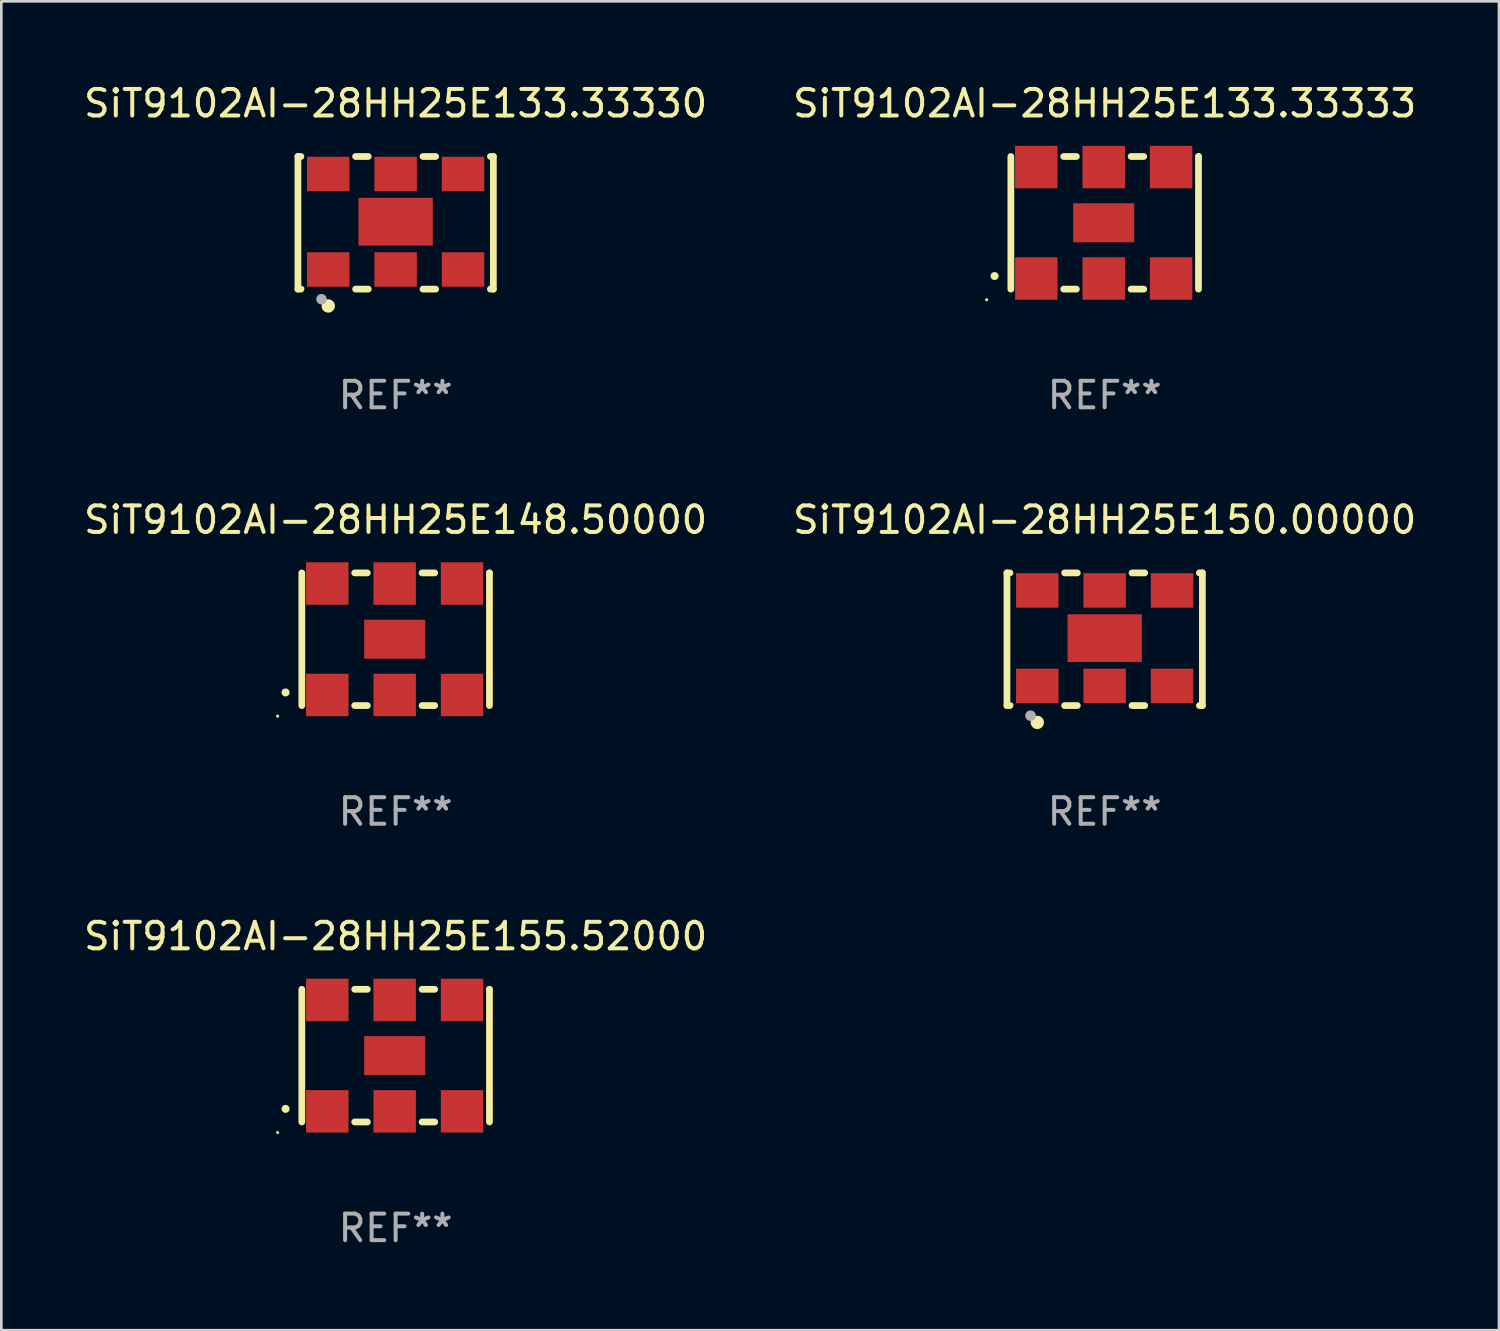
<source format=kicad_pcb>
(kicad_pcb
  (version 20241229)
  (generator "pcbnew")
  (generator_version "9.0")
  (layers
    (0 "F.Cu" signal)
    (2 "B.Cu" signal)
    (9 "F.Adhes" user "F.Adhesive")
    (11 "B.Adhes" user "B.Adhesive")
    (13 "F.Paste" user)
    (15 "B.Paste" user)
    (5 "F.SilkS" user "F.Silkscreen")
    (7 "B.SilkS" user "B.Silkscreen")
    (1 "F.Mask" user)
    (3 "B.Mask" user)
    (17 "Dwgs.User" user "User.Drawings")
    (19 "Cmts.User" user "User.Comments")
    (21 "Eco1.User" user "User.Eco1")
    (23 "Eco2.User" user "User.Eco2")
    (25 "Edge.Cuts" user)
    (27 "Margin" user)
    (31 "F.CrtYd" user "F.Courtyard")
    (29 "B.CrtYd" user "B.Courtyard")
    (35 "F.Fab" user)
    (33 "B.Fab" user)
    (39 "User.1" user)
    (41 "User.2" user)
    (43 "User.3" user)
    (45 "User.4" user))
  (footprint "SiT9102AI-28HH25E150.00000"
    (layer "F.Cu")
    (at 38.589 21.045)
    (property "Reference" "SiT9102AI-28HH25E150.00000" (at 0 -4.5 0) (layer "F.SilkS") (effects (font (size 1 1) (thickness 0.15))))
    (attr through_hole)
    (fp_line (start -3.683 -2.5) (end -3.571 -2.5) (stroke (width 0.254) (type solid)) (layer "F.SilkS"))
    (fp_line (start -3.683 2.5) (end -3.683 -2.5) (stroke (width 0.254) (type solid)) (layer "F.SilkS"))
    (fp_line (start -3.683 2.5) (end -3.571 2.5) (stroke (width 0.254) (type solid)) (layer "F.SilkS"))
    (fp_line (start -1.509 -2.5) (end -1.031 -2.5) (stroke (width 0.254) (type solid)) (layer "F.SilkS"))
    (fp_line (start -1.509 2.5) (end -1.031 2.5) (stroke (width 0.254) (type solid)) (layer "F.SilkS"))
    (fp_line (start 1.031 -2.5) (end 1.509 -2.5) (stroke (width 0.254) (type solid)) (layer "F.SilkS"))
    (fp_line (start 1.031 2.5) (end 1.509 2.5) (stroke (width 0.254) (type solid)) (layer "F.SilkS"))
    (fp_line (start 3.571 -2.5) (end 3.683 -2.5) (stroke (width 0.254) (type solid)) (layer "F.SilkS"))
    (fp_line (start 3.571 2.5) (end 3.683 2.5) (stroke (width 0.254) (type solid)) (layer "F.SilkS"))
    (fp_line (start 3.683 2.5) (end 3.683 -2.5) (stroke (width 0.254) (type solid)) (layer "F.SilkS"))
    (fp_circle (center -3.5 2.46) (end -3.47 2.46) (stroke (width 0.06) (type solid)) (fill no) (layer "F.SilkS"))
    (fp_circle (center -2.54 3.135) (end -2.413 3.135) (stroke (width 0.254) (type solid)) (fill no) (layer "F.SilkS"))
    (fp_circle (center -2.794 2.881) (end -2.694 2.881) (stroke (width 0.2) (type solid)) (fill no) (layer "F.Fab"))
    (fp_text user "REF**" (at 0 6.5 0) (layer "F.Fab") (effects (font (size 1 1) (thickness 0.15))))
    (pad "1" smd rect (at -2.54 1.76) (size 1.6 1.3) (layers "F.Cu" "F.Mask" "F.Paste"))
    (pad "2" smd rect (at 0 1.76) (size 1.6 1.3) (layers "F.Cu" "F.Mask" "F.Paste"))
    (pad "3" smd rect (at 2.54 1.76) (size 1.6 1.3) (layers "F.Cu" "F.Mask" "F.Paste"))
    (pad "4" smd rect (at 2.54 -1.84) (size 1.6 1.3) (layers "F.Cu" "F.Mask" "F.Paste"))
    (pad "5" smd rect (at 0 -1.84) (size 1.6 1.3) (layers "F.Cu" "F.Mask" "F.Paste"))
    (pad "6" smd rect (at -2.54 -1.84) (size 1.6 1.3) (layers "F.Cu" "F.Mask" "F.Paste"))
    (pad "7" smd rect (at 0 -0.04) (size 2.8 1.8) (layers "F.Cu" "F.Mask" "F.Paste")))
  (footprint "SiT9102AI-28HH25E133.33333"
    (layer "F.Cu")
    (at 38.589 5.348)
    (property "Reference" "SiT9102AI-28HH25E133.33333" (at 0 -4.5 0) (layer "F.SilkS") (effects (font (size 1 1) (thickness 0.15))))
    (attr through_hole)
    (fp_line (start -3.536 -2.5) (end -3.536 2.5) (stroke (width 0.254) (type solid)) (layer "F.SilkS"))
    (fp_line (start -1.544 2.5) (end -1.067 2.5) (stroke (width 0.254) (type solid)) (layer "F.SilkS"))
    (fp_line (start -1.067 -2.5) (end -1.544 -2.5) (stroke (width 0.254) (type solid)) (layer "F.SilkS"))
    (fp_line (start 0.996 2.5) (end 1.473 2.5) (stroke (width 0.254) (type solid)) (layer "F.SilkS"))
    (fp_line (start 1.473 -2.5) (end 0.996 -2.5) (stroke (width 0.254) (type solid)) (layer "F.SilkS"))
    (fp_line (start 3.536 -2.5) (end 3.536 -2.5) (stroke (width 0.254) (type solid)) (layer "F.SilkS"))
    (fp_line (start 3.536 2.5) (end 3.536 -2.5) (stroke (width 0.254) (type solid)) (layer "F.SilkS"))
    (fp_arc (start -4.150432 2.006604) (mid -4.149162 2.006599) (end -4.147892 2.006604) (stroke (width 0.3) (type solid)) (layer "F.SilkS"))
    (fp_circle (center -4.449 2.9) (end -4.419 2.9) (stroke (width 0.06) (type solid)) (fill no) (layer "F.SilkS"))
    (fp_text user "REF**" (at 0 6.5 0) (layer "F.Fab") (effects (font (size 1 1) (thickness 0.15))))
    (pad "1" smd rect (at -2.576 2.1) (size 1.6 1.6) (layers "F.Cu" "F.Mask" "F.Paste"))
    (pad "2" smd rect (at -0.036 2.1) (size 1.6 1.6) (layers "F.Cu" "F.Mask" "F.Paste"))
    (pad "3" smd rect (at 2.504 2.1) (size 1.6 1.6) (layers "F.Cu" "F.Mask" "F.Paste"))
    (pad "4" smd rect (at 2.504 -2.1) (size 1.6 1.6) (layers "F.Cu" "F.Mask" "F.Paste"))
    (pad "5" smd rect (at -0.036 -2.1) (size 1.6 1.6) (layers "F.Cu" "F.Mask" "F.Paste"))
    (pad "6" smd rect (at -2.576 -2.1) (size 1.6 1.6) (layers "F.Cu" "F.Mask" "F.Paste"))
    (pad "7" smd rect (at -0.036 0) (size 2.3 1.47) (layers "F.Cu" "F.Mask" "F.Paste")))
  (footprint "SiT9102AI-28HH25E133.33330"
    (layer "F.Cu")
    (at 11.863 5.348)
    (property "Reference" "SiT9102AI-28HH25E133.33330" (at 0 -4.5 0) (layer "F.SilkS") (effects (font (size 1 1) (thickness 0.15))))
    (attr through_hole)
    (fp_line (start -3.683 -2.5) (end -3.571 -2.5) (stroke (width 0.254) (type solid)) (layer "F.SilkS"))
    (fp_line (start -3.683 2.5) (end -3.683 -2.5) (stroke (width 0.254) (type solid)) (layer "F.SilkS"))
    (fp_line (start -3.683 2.5) (end -3.571 2.5) (stroke (width 0.254) (type solid)) (layer "F.SilkS"))
    (fp_line (start -1.509 -2.5) (end -1.031 -2.5) (stroke (width 0.254) (type solid)) (layer "F.SilkS"))
    (fp_line (start -1.509 2.5) (end -1.031 2.5) (stroke (width 0.254) (type solid)) (layer "F.SilkS"))
    (fp_line (start 1.031 -2.5) (end 1.509 -2.5) (stroke (width 0.254) (type solid)) (layer "F.SilkS"))
    (fp_line (start 1.031 2.5) (end 1.509 2.5) (stroke (width 0.254) (type solid)) (layer "F.SilkS"))
    (fp_line (start 3.571 -2.5) (end 3.683 -2.5) (stroke (width 0.254) (type solid)) (layer "F.SilkS"))
    (fp_line (start 3.571 2.5) (end 3.683 2.5) (stroke (width 0.254) (type solid)) (layer "F.SilkS"))
    (fp_line (start 3.683 2.5) (end 3.683 -2.5) (stroke (width 0.254) (type solid)) (layer "F.SilkS"))
    (fp_circle (center -3.5 2.46) (end -3.47 2.46) (stroke (width 0.06) (type solid)) (fill no) (layer "F.SilkS"))
    (fp_circle (center -2.54 3.135) (end -2.413 3.135) (stroke (width 0.254) (type solid)) (fill no) (layer "F.SilkS"))
    (fp_circle (center -2.794 2.881) (end -2.694 2.881) (stroke (width 0.2) (type solid)) (fill no) (layer "F.Fab"))
    (fp_text user "REF**" (at 0 6.5 0) (layer "F.Fab") (effects (font (size 1 1) (thickness 0.15))))
    (pad "1" smd rect (at -2.54 1.76) (size 1.6 1.3) (layers "F.Cu" "F.Mask" "F.Paste"))
    (pad "2" smd rect (at 0 1.76) (size 1.6 1.3) (layers "F.Cu" "F.Mask" "F.Paste"))
    (pad "3" smd rect (at 2.54 1.76) (size 1.6 1.3) (layers "F.Cu" "F.Mask" "F.Paste"))
    (pad "4" smd rect (at 2.54 -1.84) (size 1.6 1.3) (layers "F.Cu" "F.Mask" "F.Paste"))
    (pad "5" smd rect (at 0 -1.84) (size 1.6 1.3) (layers "F.Cu" "F.Mask" "F.Paste"))
    (pad "6" smd rect (at -2.54 -1.84) (size 1.6 1.3) (layers "F.Cu" "F.Mask" "F.Paste"))
    (pad "7" smd rect (at 0 -0.04) (size 2.8 1.8) (layers "F.Cu" "F.Mask" "F.Paste")))
  (footprint "SiT9102AI-28HH25E155.52000"
    (layer "F.Cu")
    (at 11.863 36.741)
    (property "Reference" "SiT9102AI-28HH25E155.52000" (at 0 -4.5 0) (layer "F.SilkS") (effects (font (size 1 1) (thickness 0.15))))
    (attr through_hole)
    (fp_line (start -3.536 -2.5) (end -3.536 2.5) (stroke (width 0.254) (type solid)) (layer "F.SilkS"))
    (fp_line (start -1.544 2.5) (end -1.067 2.5) (stroke (width 0.254) (type solid)) (layer "F.SilkS"))
    (fp_line (start -1.067 -2.5) (end -1.544 -2.5) (stroke (width 0.254) (type solid)) (layer "F.SilkS"))
    (fp_line (start 0.996 2.5) (end 1.473 2.5) (stroke (width 0.254) (type solid)) (layer "F.SilkS"))
    (fp_line (start 1.473 -2.5) (end 0.996 -2.5) (stroke (width 0.254) (type solid)) (layer "F.SilkS"))
    (fp_line (start 3.536 -2.5) (end 3.536 -2.5) (stroke (width 0.254) (type solid)) (layer "F.SilkS"))
    (fp_line (start 3.536 2.5) (end 3.536 -2.5) (stroke (width 0.254) (type solid)) (layer "F.SilkS"))
    (fp_arc (start -4.150432 2.006604) (mid -4.149162 2.006599) (end -4.147892 2.006604) (stroke (width 0.3) (type solid)) (layer "F.SilkS"))
    (fp_circle (center -4.449 2.9) (end -4.419 2.9) (stroke (width 0.06) (type solid)) (fill no) (layer "F.SilkS"))
    (fp_text user "REF**" (at 0 6.5 0) (layer "F.Fab") (effects (font (size 1 1) (thickness 0.15))))
    (pad "1" smd rect (at -2.576 2.1) (size 1.6 1.6) (layers "F.Cu" "F.Mask" "F.Paste"))
    (pad "2" smd rect (at -0.036 2.1) (size 1.6 1.6) (layers "F.Cu" "F.Mask" "F.Paste"))
    (pad "3" smd rect (at 2.504 2.1) (size 1.6 1.6) (layers "F.Cu" "F.Mask" "F.Paste"))
    (pad "4" smd rect (at 2.504 -2.1) (size 1.6 1.6) (layers "F.Cu" "F.Mask" "F.Paste"))
    (pad "5" smd rect (at -0.036 -2.1) (size 1.6 1.6) (layers "F.Cu" "F.Mask" "F.Paste"))
    (pad "6" smd rect (at -2.576 -2.1) (size 1.6 1.6) (layers "F.Cu" "F.Mask" "F.Paste"))
    (pad "7" smd rect (at -0.036 0) (size 2.3 1.47) (layers "F.Cu" "F.Mask" "F.Paste")))
  (footprint "SiT9102AI-28HH25E148.50000"
    (layer "F.Cu")
    (at 11.863 21.045)
    (property "Reference" "SiT9102AI-28HH25E148.50000" (at 0 -4.5 0) (layer "F.SilkS") (effects (font (size 1 1) (thickness 0.15))))
    (attr through_hole)
    (fp_line (start -3.536 -2.5) (end -3.536 2.5) (stroke (width 0.254) (type solid)) (layer "F.SilkS"))
    (fp_line (start -1.544 2.5) (end -1.067 2.5) (stroke (width 0.254) (type solid)) (layer "F.SilkS"))
    (fp_line (start -1.067 -2.5) (end -1.544 -2.5) (stroke (width 0.254) (type solid)) (layer "F.SilkS"))
    (fp_line (start 0.996 2.5) (end 1.473 2.5) (stroke (width 0.254) (type solid)) (layer "F.SilkS"))
    (fp_line (start 1.473 -2.5) (end 0.996 -2.5) (stroke (width 0.254) (type solid)) (layer "F.SilkS"))
    (fp_line (start 3.536 -2.5) (end 3.536 -2.5) (stroke (width 0.254) (type solid)) (layer "F.SilkS"))
    (fp_line (start 3.536 2.5) (end 3.536 -2.5) (stroke (width 0.254) (type solid)) (layer "F.SilkS"))
    (fp_arc (start -4.150432 2.006604) (mid -4.149162 2.006599) (end -4.147892 2.006604) (stroke (width 0.3) (type solid)) (layer "F.SilkS"))
    (fp_circle (center -4.449 2.9) (end -4.419 2.9) (stroke (width 0.06) (type solid)) (fill no) (layer "F.SilkS"))
    (fp_text user "REF**" (at 0 6.5 0) (layer "F.Fab") (effects (font (size 1 1) (thickness 0.15))))
    (pad "1" smd rect (at -2.576 2.1) (size 1.6 1.6) (layers "F.Cu" "F.Mask" "F.Paste"))
    (pad "2" smd rect (at -0.036 2.1) (size 1.6 1.6) (layers "F.Cu" "F.Mask" "F.Paste"))
    (pad "3" smd rect (at 2.504 2.1) (size 1.6 1.6) (layers "F.Cu" "F.Mask" "F.Paste"))
    (pad "4" smd rect (at 2.504 -2.1) (size 1.6 1.6) (layers "F.Cu" "F.Mask" "F.Paste"))
    (pad "5" smd rect (at -0.036 -2.1) (size 1.6 1.6) (layers "F.Cu" "F.Mask" "F.Paste"))
    (pad "6" smd rect (at -2.576 -2.1) (size 1.6 1.6) (layers "F.Cu" "F.Mask" "F.Paste"))
    (pad "7" smd rect (at -0.036 0) (size 2.3 1.47) (layers "F.Cu" "F.Mask" "F.Paste")))
  (gr_rect
    (start -3 -3)
    (end 53.452 47.09)
    (stroke (width 0.1) (type default))
    (fill no)
    (layer "Edge.Cuts")))
</source>
